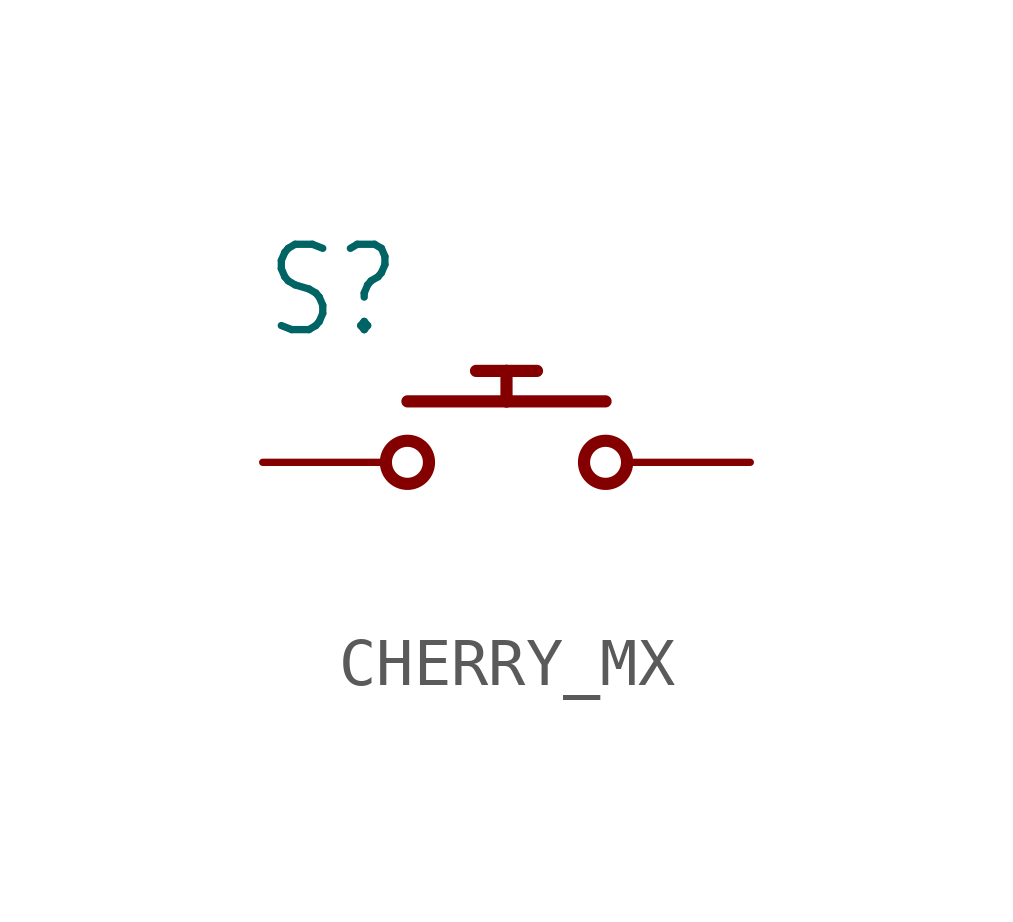
<source format=kicad_sym>
(kicad_symbol_lib
  (version 20220914)
  (generator kicad_symbol_editor)
  (symbol "CHERRY_MX"
    (property "Reference" "S"
      (at -5.08 2.54 0)
      (effects (font (size 1.778 1.511)) (justify left bottom)))
    (property "Value" ""
      (at -5.08 -2.54 0)
      (effects (font (size 1.778 1.511)) (justify left bottom)))
    (property "ki_locked" ""
      (at 0 0 0)
      (effects (font (size 1.27 1.27))))
    (symbol "CHERRY_MX_1_0"
      (circle (center -2.064 0) (radius 0.449) (stroke (width 0.254) (type solid)) (fill (type none)))
      (polyline (pts (xy -2.064 1.27) (xy 0 1.27)) (stroke (width 0.254) (type solid)) (fill (type none)))
      (polyline (pts (xy 0 1.27) (xy 0 1.905)) (stroke (width 0.254) (type solid)) (fill (type none)))
      (polyline (pts (xy 0 1.27) (xy 2.064 1.27)) (stroke (width 0.254) (type solid)) (fill (type none)))
      (polyline (pts (xy 0 1.905) (xy -0.635 1.905)) (stroke (width 0.254) (type solid)) (fill (type none)))
      (polyline (pts (xy 0 1.905) (xy 0.635 1.905)) (stroke (width 0.254) (type solid)) (fill (type none)))
      (circle (center 2.064 0) (radius 0.449) (stroke (width 0.254) (type solid)) (fill (type none)))
      (pin passive line (at -5.08 0 0) (length 2.54) (name "1" (effects (font (size 0 0)))) (number "S1" (effects (font (size 0 0)))))
      (pin passive line (at 5.08 0 180) (length 2.54) (name "2" (effects (font (size 0 0)))) (number "S2" (effects (font (size 0 0))))))))
</source>
